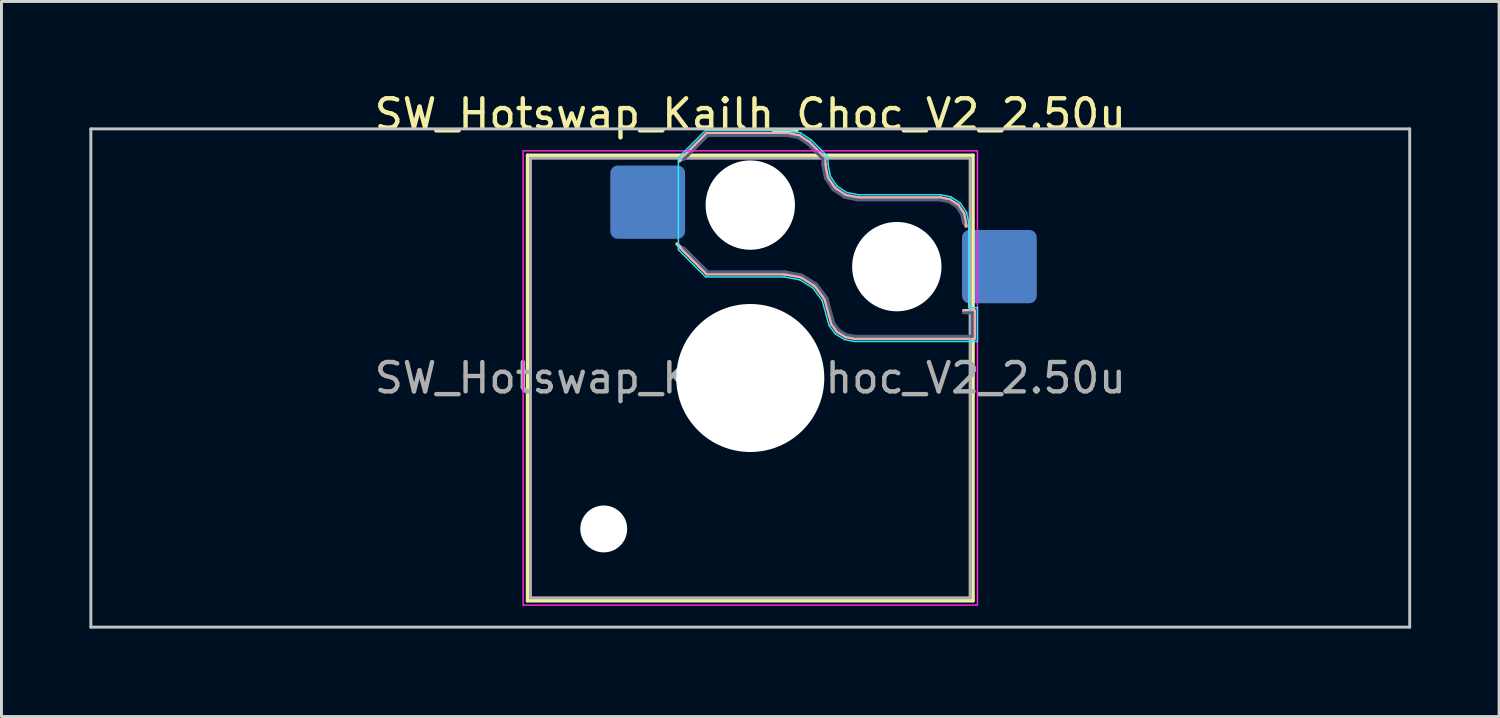
<source format=kicad_pcb>
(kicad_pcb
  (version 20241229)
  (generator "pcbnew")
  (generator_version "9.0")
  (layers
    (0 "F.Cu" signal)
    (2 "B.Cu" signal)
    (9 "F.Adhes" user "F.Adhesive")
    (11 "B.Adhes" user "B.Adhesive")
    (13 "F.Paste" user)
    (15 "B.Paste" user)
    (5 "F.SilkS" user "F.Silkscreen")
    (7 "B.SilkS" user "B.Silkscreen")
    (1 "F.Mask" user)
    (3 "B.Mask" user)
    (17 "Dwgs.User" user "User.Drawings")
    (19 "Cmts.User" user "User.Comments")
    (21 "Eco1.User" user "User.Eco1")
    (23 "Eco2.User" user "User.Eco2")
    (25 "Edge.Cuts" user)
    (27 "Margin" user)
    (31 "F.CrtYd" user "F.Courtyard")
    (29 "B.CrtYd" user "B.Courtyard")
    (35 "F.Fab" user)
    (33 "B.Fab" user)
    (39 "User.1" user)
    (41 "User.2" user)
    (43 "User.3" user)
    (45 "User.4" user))
  (footprint "SW_Hotswap_Kailh_Choc_V2_2.50u"
    (layer "F.Cu")
    (at 22.55 9.848)
    (property "Reference" "SW_Hotswap_Kailh_Choc_V2_2.50u" (at 0 -9 0) (layer "F.SilkS") (effects (font (size 1 1) (thickness 0.15))))
    (attr smd)
    (fp_line (start -7.6 -7.6) (end -7.6 7.6) (stroke (width 0.12) (type solid)) (layer "F.SilkS"))
    (fp_line (start -7.6 7.6) (end 7.6 7.6) (stroke (width 0.12) (type solid)) (layer "F.SilkS"))
    (fp_line (start 7.6 -7.6) (end -7.6 -7.6) (stroke (width 0.12) (type solid)) (layer "F.SilkS"))
    (fp_line (start 7.6 7.6) (end 7.6 -7.6) (stroke (width 0.12) (type solid)) (layer "F.SilkS"))
    (fp_line (start -2.416 -7.409) (end -1.479 -8.346) (stroke (width 0.12) (type solid)) (layer "B.SilkS"))
    (fp_line (start -1.479 -8.346) (end 1.268 -8.346) (stroke (width 0.12) (type solid)) (layer "B.SilkS"))
    (fp_line (start -1.479 -3.554) (end -2.5 -4.575) (stroke (width 0.12) (type solid)) (layer "B.SilkS"))
    (fp_line (start 1.168 -3.554) (end -1.479 -3.554) (stroke (width 0.12) (type solid)) (layer "B.SilkS"))
    (fp_line (start 1.268 -8.346) (end 1.671 -8.266) (stroke (width 0.12) (type solid)) (layer "B.SilkS"))
    (fp_line (start 1.671 -8.266) (end 2.013 -8.037) (stroke (width 0.12) (type solid)) (layer "B.SilkS"))
    (fp_line (start 1.73 -3.449) (end 1.168 -3.554) (stroke (width 0.12) (type solid)) (layer "B.SilkS"))
    (fp_line (start 2.013 -8.037) (end 2.546 -7.504) (stroke (width 0.12) (type solid)) (layer "B.SilkS"))
    (fp_line (start 2.209 -3.15) (end 1.73 -3.449) (stroke (width 0.12) (type solid)) (layer "B.SilkS"))
    (fp_line (start 2.546 -7.504) (end 2.546 -7.282) (stroke (width 0.12) (type solid)) (layer "B.SilkS"))
    (fp_line (start 2.546 -7.282) (end 2.633 -6.844) (stroke (width 0.12) (type solid)) (layer "B.SilkS"))
    (fp_line (start 2.547 -2.697) (end 2.209 -3.15) (stroke (width 0.12) (type solid)) (layer "B.SilkS"))
    (fp_line (start 2.633 -6.844) (end 2.877 -6.477) (stroke (width 0.12) (type solid)) (layer "B.SilkS"))
    (fp_line (start 2.701 -2.139) (end 2.547 -2.697) (stroke (width 0.12) (type solid)) (layer "B.SilkS"))
    (fp_line (start 2.783 -1.841) (end 2.701 -2.139) (stroke (width 0.12) (type solid)) (layer "B.SilkS"))
    (fp_line (start 2.877 -6.477) (end 3.244 -6.233) (stroke (width 0.12) (type solid)) (layer "B.SilkS"))
    (fp_line (start 2.976 -1.583) (end 2.783 -1.841) (stroke (width 0.12) (type solid)) (layer "B.SilkS"))
    (fp_line (start 3.244 -6.233) (end 3.682 -6.146) (stroke (width 0.12) (type solid)) (layer "B.SilkS"))
    (fp_line (start 3.25 -1.413) (end 2.976 -1.583) (stroke (width 0.12) (type solid)) (layer "B.SilkS"))
    (fp_line (start 3.56 -1.354) (end 3.25 -1.413) (stroke (width 0.12) (type solid)) (layer "B.SilkS"))
    (fp_line (start 3.682 -6.146) (end 6.482 -6.146) (stroke (width 0.12) (type solid)) (layer "B.SilkS"))
    (fp_line (start 6.482 -6.146) (end 6.809 -6.081) (stroke (width 0.12) (type solid)) (layer "B.SilkS"))
    (fp_line (start 6.809 -6.081) (end 7.092 -5.892) (stroke (width 0.12) (type solid)) (layer "B.SilkS"))
    (fp_line (start 7.092 -5.892) (end 7.281 -5.609) (stroke (width 0.12) (type solid)) (layer "B.SilkS"))
    (fp_line (start 7.281 -5.609) (end 7.366 -5.182) (stroke (width 0.12) (type solid)) (layer "B.SilkS"))
    (fp_line (start 7.283 -2.296) (end 7.646 -2.296) (stroke (width 0.12) (type solid)) (layer "B.SilkS"))
    (fp_line (start 7.646 -2.296) (end 7.646 -1.354) (stroke (width 0.12) (type solid)) (layer "B.SilkS"))
    (fp_line (start 7.646 -1.354) (end 3.56 -1.354) (stroke (width 0.12) (type solid)) (layer "B.SilkS"))
    (fp_line (start -22.5 -8.5) (end -22.5 8.5) (stroke (width 0.1) (type solid)) (layer "Dwgs.User"))
    (fp_line (start -22.5 8.5) (end 22.5 8.5) (stroke (width 0.1) (type solid)) (layer "Dwgs.User"))
    (fp_line (start 22.5 -8.5) (end -22.5 -8.5) (stroke (width 0.1) (type solid)) (layer "Dwgs.User"))
    (fp_line (start 22.5 8.5) (end 22.5 -8.5) (stroke (width 0.1) (type solid)) (layer "Dwgs.User"))
    (fp_line (start -7.25 -7.25) (end -7.25 7.25) (stroke (width 0.1) (type solid)) (layer "Eco1.User"))
    (fp_line (start -7.25 7.25) (end 7.25 7.25) (stroke (width 0.1) (type solid)) (layer "Eco1.User"))
    (fp_line (start 7.25 -7.25) (end -7.25 -7.25) (stroke (width 0.1) (type solid)) (layer "Eco1.User"))
    (fp_line (start 7.25 7.25) (end 7.25 -7.25) (stroke (width 0.1) (type solid)) (layer "Eco1.User"))
    (fp_line (start -2.452 -7.523) (end -1.523 -8.452) (stroke (width 0.05) (type solid)) (layer "B.CrtYd"))
    (fp_line (start -2.452 -4.377) (end -2.452 -7.523) (stroke (width 0.05) (type solid)) (layer "B.CrtYd"))
    (fp_line (start -1.523 -8.452) (end 1.278 -8.452) (stroke (width 0.05) (type solid)) (layer "B.CrtYd"))
    (fp_line (start -1.523 -3.448) (end -2.452 -4.377) (stroke (width 0.05) (type solid)) (layer "B.CrtYd"))
    (fp_line (start 1.159 -3.448) (end -1.523 -3.448) (stroke (width 0.05) (type solid)) (layer "B.CrtYd"))
    (fp_line (start 1.278 -8.452) (end 1.712 -8.366) (stroke (width 0.05) (type solid)) (layer "B.CrtYd"))
    (fp_line (start 1.691 -3.348) (end 1.159 -3.448) (stroke (width 0.05) (type solid)) (layer "B.CrtYd"))
    (fp_line (start 1.712 -8.366) (end 2.081 -8.119) (stroke (width 0.05) (type solid)) (layer "B.CrtYd"))
    (fp_line (start 2.081 -8.119) (end 2.652 -7.548) (stroke (width 0.05) (type solid)) (layer "B.CrtYd"))
    (fp_line (start 2.136 -3.071) (end 1.691 -3.348) (stroke (width 0.05) (type solid)) (layer "B.CrtYd"))
    (fp_line (start 2.45 -2.65) (end 2.136 -3.071) (stroke (width 0.05) (type solid)) (layer "B.CrtYd"))
    (fp_line (start 2.599 -2.111) (end 2.45 -2.65) (stroke (width 0.05) (type solid)) (layer "B.CrtYd"))
    (fp_line (start 2.652 -7.548) (end 2.652 -7.292) (stroke (width 0.05) (type solid)) (layer "B.CrtYd"))
    (fp_line (start 2.652 -7.292) (end 2.733 -6.885) (stroke (width 0.05) (type solid)) (layer "B.CrtYd"))
    (fp_line (start 2.687 -1.794) (end 2.599 -2.111) (stroke (width 0.05) (type solid)) (layer "B.CrtYd"))
    (fp_line (start 2.733 -6.885) (end 2.953 -6.553) (stroke (width 0.05) (type solid)) (layer "B.CrtYd"))
    (fp_line (start 2.903 -1.503) (end 2.687 -1.794) (stroke (width 0.05) (type solid)) (layer "B.CrtYd"))
    (fp_line (start 2.953 -6.553) (end 3.285 -6.333) (stroke (width 0.05) (type solid)) (layer "B.CrtYd"))
    (fp_line (start 3.211 -1.312) (end 2.903 -1.503) (stroke (width 0.05) (type solid)) (layer "B.CrtYd"))
    (fp_line (start 3.285 -6.333) (end 3.692 -6.252) (stroke (width 0.05) (type solid)) (layer "B.CrtYd"))
    (fp_line (start 3.55 -1.248) (end 3.211 -1.312) (stroke (width 0.05) (type solid)) (layer "B.CrtYd"))
    (fp_line (start 3.692 -6.252) (end 6.492 -6.252) (stroke (width 0.05) (type solid)) (layer "B.CrtYd"))
    (fp_line (start 6.492 -6.252) (end 6.85 -6.181) (stroke (width 0.05) (type solid)) (layer "B.CrtYd"))
    (fp_line (start 6.85 -6.181) (end 7.168 -5.968) (stroke (width 0.05) (type solid)) (layer "B.CrtYd"))
    (fp_line (start 7.168 -5.968) (end 7.381 -5.65) (stroke (width 0.05) (type solid)) (layer "B.CrtYd"))
    (fp_line (start 7.381 -5.65) (end 7.452 -5.292) (stroke (width 0.05) (type solid)) (layer "B.CrtYd"))
    (fp_line (start 7.452 -5.292) (end 7.452 -2.402) (stroke (width 0.05) (type solid)) (layer "B.CrtYd"))
    (fp_line (start 7.452 -2.402) (end 7.752 -2.402) (stroke (width 0.05) (type solid)) (layer "B.CrtYd"))
    (fp_line (start 7.752 -2.402) (end 7.752 -1.248) (stroke (width 0.05) (type solid)) (layer "B.CrtYd"))
    (fp_line (start 7.752 -1.248) (end 3.55 -1.248) (stroke (width 0.05) (type solid)) (layer "B.CrtYd"))
    (fp_line (start -7.75 -7.75) (end -7.75 7.75) (stroke (width 0.05) (type solid)) (layer "F.CrtYd"))
    (fp_line (start -7.75 7.75) (end 7.75 7.75) (stroke (width 0.05) (type solid)) (layer "F.CrtYd"))
    (fp_line (start 7.75 -7.75) (end -7.75 -7.75) (stroke (width 0.05) (type solid)) (layer "F.CrtYd"))
    (fp_line (start 7.75 7.75) (end 7.75 -7.75) (stroke (width 0.05) (type solid)) (layer "F.CrtYd"))
    (fp_line (start -2.275 -7.45) (end -1.45 -8.275) (stroke (width 0.1) (type solid)) (layer "B.Fab"))
    (fp_line (start -1.45 -8.275) (end 1.261 -8.275) (stroke (width 0.1) (type solid)) (layer "B.Fab"))
    (fp_line (start -1.45 -3.625) (end -2.275 -4.45) (stroke (width 0.1) (type solid)) (layer "B.Fab"))
    (fp_line (start 1.175 -3.625) (end -1.45 -3.625) (stroke (width 0.1) (type solid)) (layer "B.Fab"))
    (fp_line (start 1.261 -8.275) (end 1.643 -8.199) (stroke (width 0.1) (type solid)) (layer "B.Fab"))
    (fp_line (start 1.643 -8.199) (end 1.968 -7.982) (stroke (width 0.1) (type solid)) (layer "B.Fab"))
    (fp_line (start 1.756 -3.516) (end 1.175 -3.625) (stroke (width 0.1) (type solid)) (layer "B.Fab"))
    (fp_line (start 1.968 -7.982) (end 2.475 -7.475) (stroke (width 0.1) (type solid)) (layer "B.Fab"))
    (fp_line (start 2.258 -3.203) (end 1.756 -3.516) (stroke (width 0.1) (type solid)) (layer "B.Fab"))
    (fp_line (start 2.475 -7.475) (end 2.475 -7.275) (stroke (width 0.1) (type solid)) (layer "B.Fab"))
    (fp_line (start 2.475 -7.275) (end 2.566 -6.816) (stroke (width 0.1) (type solid)) (layer "B.Fab"))
    (fp_line (start 2.566 -6.816) (end 2.826 -6.426) (stroke (width 0.1) (type solid)) (layer "B.Fab"))
    (fp_line (start 2.612 -2.729) (end 2.258 -3.203) (stroke (width 0.1) (type solid)) (layer "B.Fab"))
    (fp_line (start 2.769 -2.158) (end 2.612 -2.729) (stroke (width 0.1) (type solid)) (layer "B.Fab"))
    (fp_line (start 2.826 -6.426) (end 3.216 -6.166) (stroke (width 0.1) (type solid)) (layer "B.Fab"))
    (fp_line (start 2.848 -1.873) (end 2.769 -2.158) (stroke (width 0.1) (type solid)) (layer "B.Fab"))
    (fp_line (start 3.025 -1.636) (end 2.848 -1.873) (stroke (width 0.1) (type solid)) (layer "B.Fab"))
    (fp_line (start 3.216 -6.166) (end 3.675 -6.075) (stroke (width 0.1) (type solid)) (layer "B.Fab"))
    (fp_line (start 3.276 -1.48) (end 3.025 -1.636) (stroke (width 0.1) (type solid)) (layer "B.Fab"))
    (fp_line (start 3.567 -1.425) (end 3.276 -1.48) (stroke (width 0.1) (type solid)) (layer "B.Fab"))
    (fp_line (start 3.675 -6.075) (end 6.475 -6.075) (stroke (width 0.1) (type solid)) (layer "B.Fab"))
    (fp_line (start 6.475 -6.075) (end 6.781 -6.014) (stroke (width 0.1) (type solid)) (layer "B.Fab"))
    (fp_line (start 6.781 -6.014) (end 7.041 -5.841) (stroke (width 0.1) (type solid)) (layer "B.Fab"))
    (fp_line (start 7.041 -5.841) (end 7.214 -5.581) (stroke (width 0.1) (type solid)) (layer "B.Fab"))
    (fp_line (start 7.214 -5.581) (end 7.275 -5.275) (stroke (width 0.1) (type solid)) (layer "B.Fab"))
    (fp_line (start 7.275 -2.225) (end 7.575 -2.225) (stroke (width 0.1) (type solid)) (layer "B.Fab"))
    (fp_line (start 7.575 -2.225) (end 7.575 -1.425) (stroke (width 0.1) (type solid)) (layer "B.Fab"))
    (fp_line (start 7.575 -1.425) (end 3.567 -1.425) (stroke (width 0.1) (type solid)) (layer "B.Fab"))
    (fp_line (start -7.5 -7.5) (end -7.5 7.5) (stroke (width 0.1) (type solid)) (layer "F.Fab"))
    (fp_line (start -7.5 7.5) (end 7.5 7.5) (stroke (width 0.1) (type solid)) (layer "F.Fab"))
    (fp_line (start 7.5 -7.5) (end -7.5 -7.5) (stroke (width 0.1) (type solid)) (layer "F.Fab"))
    (fp_line (start 7.5 7.5) (end 7.5 -7.5) (stroke (width 0.1) (type solid)) (layer "F.Fab"))
    (fp_text user "${REFERENCE}" (at 0 0 0) (layer "F.Fab") (effects (font (size 1 1) (thickness 0.15))))
    (pad "" np_thru_hole circle (at -5 5.15) (size 1.6 1.6) (drill 1.6) (layers "*.Cu" "*.Mask"))
    (pad "" np_thru_hole circle (at 0 -5.9) (size 3.05 3.05) (drill 3.05) (layers "*.Cu" "*.Mask"))
    (pad "" np_thru_hole circle (at 0 0) (size 5.05 5.05) (drill 5.05) (layers "*.Cu" "*.Mask"))
    (pad "" np_thru_hole circle (at 5 -3.8) (size 3.05 3.05) (drill 3.05) (layers "*.Cu" "*.Mask"))
    (pad "1" smd roundrect (at -3.5 -6) (size 2.55 2.5) (layers "B.Cu" "B.Mask" "B.Paste") (roundrect_rratio 0.1))
    (pad "2" smd roundrect (at 8.5 -3.8) (size 2.55 2.5) (layers "B.Cu" "B.Mask" "B.Paste") (roundrect_rratio 0.1)))
  (gr_rect
    (start -3 -3)
    (end 48.1 21.398)
    (stroke (width 0.1) (type default))
    (fill no)
    (layer "Edge.Cuts")))
</source>
